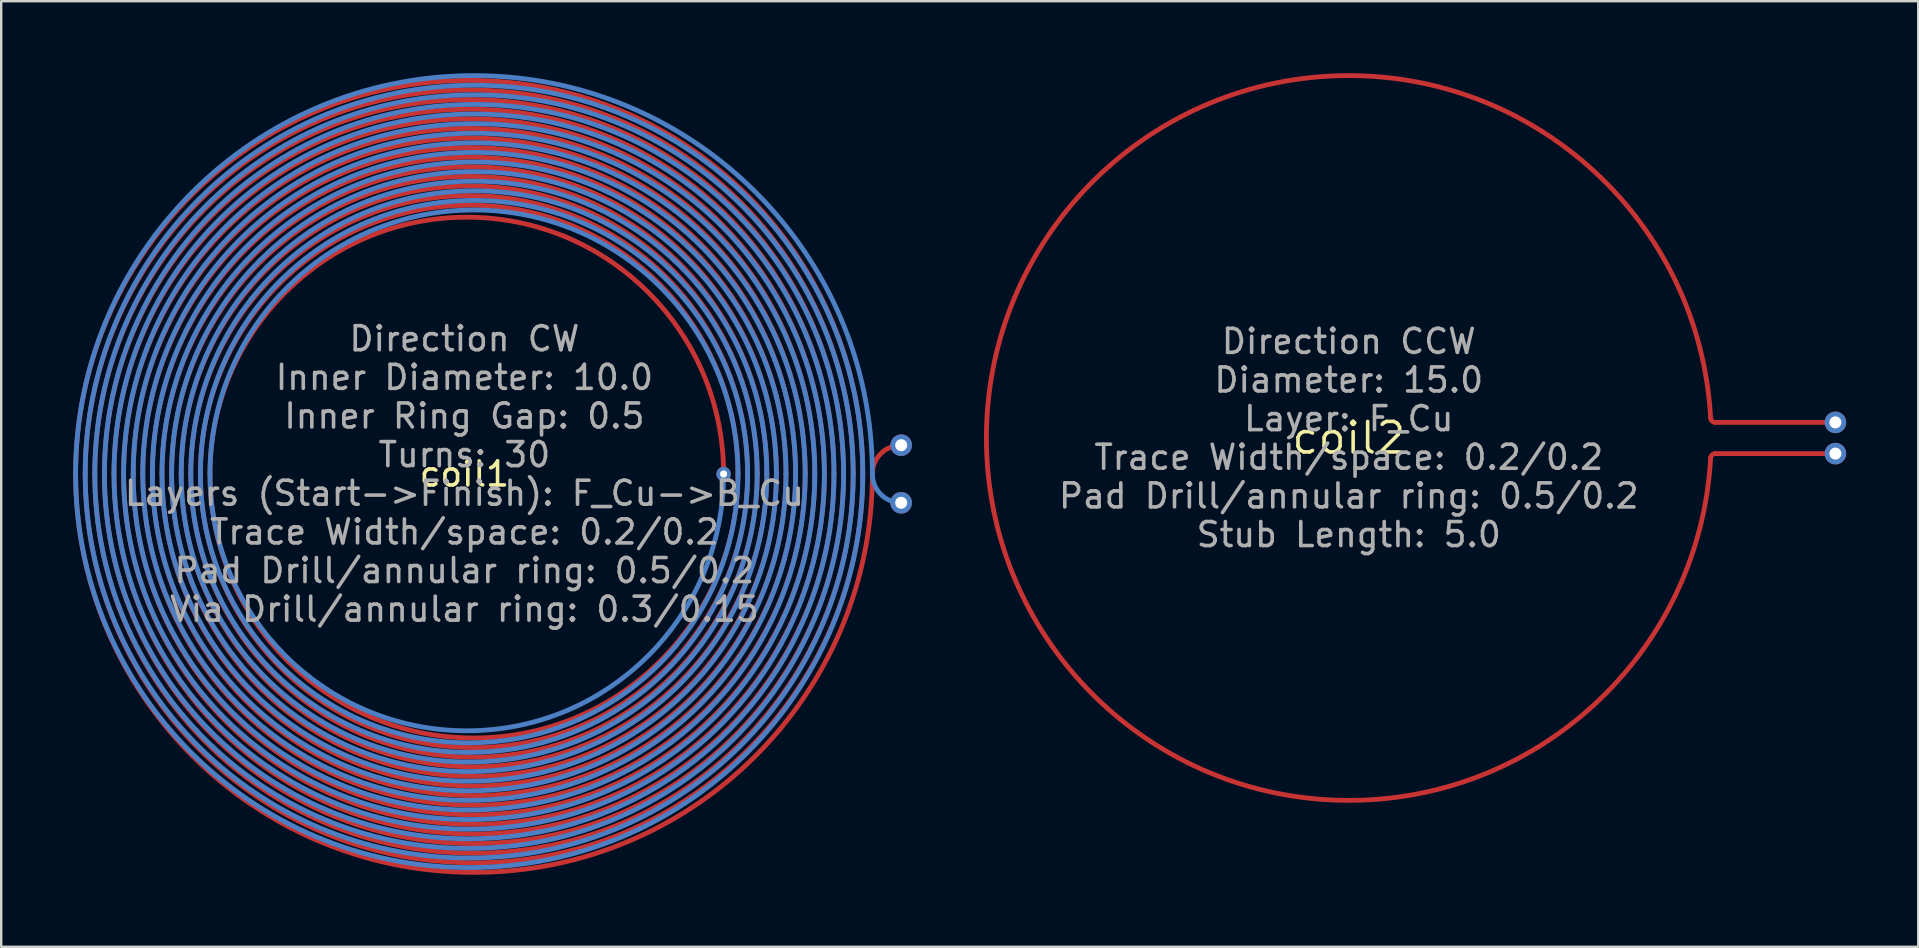
<source format=kicad_pcb>
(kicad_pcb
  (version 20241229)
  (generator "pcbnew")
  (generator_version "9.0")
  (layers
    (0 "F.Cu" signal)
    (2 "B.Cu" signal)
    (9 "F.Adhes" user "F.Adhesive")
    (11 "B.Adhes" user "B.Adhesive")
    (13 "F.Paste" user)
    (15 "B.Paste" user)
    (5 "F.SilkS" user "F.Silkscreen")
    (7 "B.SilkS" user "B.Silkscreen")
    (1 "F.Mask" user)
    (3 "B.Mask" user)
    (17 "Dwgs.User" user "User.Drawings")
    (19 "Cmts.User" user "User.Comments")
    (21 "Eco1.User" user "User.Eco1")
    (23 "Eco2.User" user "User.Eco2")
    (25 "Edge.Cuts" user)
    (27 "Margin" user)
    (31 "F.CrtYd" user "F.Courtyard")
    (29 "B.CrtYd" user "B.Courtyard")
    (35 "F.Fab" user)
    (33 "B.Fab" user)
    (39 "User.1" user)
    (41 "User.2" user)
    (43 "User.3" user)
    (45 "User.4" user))
  (footprint "coil2"
    (layer "F.Cu")
    (at 53.15 15.2)
    (property "Reference" "coil2" (at 0 0 0) (unlocked yes) (layer "F.SilkS") (effects (font (size 1.27 1.27) (thickness 0.15))))
    (fp_line (start 15.276 -0.65) (end 20.276 -0.65) (stroke (width 0.2) (type default)) (layer "F.Cu"))
    (fp_line (start 15.276 0.65) (end 20.276 0.65) (stroke (width 0.2) (type default)) (layer "F.Cu"))
    (fp_arc (start 15.076679 0.838888) (mid 15.138934 0.704703) (end 15.276371 0.65) (stroke (width 0.2) (type default)) (layer "F.Cu"))
    (fp_arc (start 15.076679 0.83889) (mid -15.1 -0.000001) (end 15.076679 -0.838888) (stroke (width 0.2) (type default)) (layer "F.Cu"))
    (fp_arc (start 15.276371 -0.65) (mid 15.138934 -0.704703) (end 15.076679 -0.838888) (stroke (width 0.2) (type default)) (layer "F.Cu"))
    (fp_text user "Direction CCW\nDiameter: 15.0\nLayer: F_Cu\nTrace Width/space: 0.2/0.2\nPad Drill/annular ring: 0.5/0.2\nStub Length: 5.0" (at 0 0 0) (layer "F.Fab") (effects (font (size 1 1) (thickness 0.15))))
    (pad "1" thru_hole circle (at 20.276 -0.65) (size 0.9 0.9) (drill 0.5) (layers "*.Cu"))
    (pad "2" thru_hole circle (at 20.276 0.65) (size 0.9 0.9) (drill 0.5) (layers "*.Cu")))
  (footprint "coil1"
    (layer "F.Cu")
    (at 16.3 16.7)
    (property "Reference" "coil1" (at 0 0 0) (unlocked yes) (layer "F.SilkS") (effects (font (size 1 1) (thickness 0.15))))
    (fp_arc (start -16.2 0) (mid 0.2 -16.4) (end 16.6 0) (stroke (width 0.2) (type default)) (layer "F.Cu"))
    (fp_arc (start -15.8 0) (mid 0.2 -16) (end 16.2 0) (stroke (width 0.2) (type default)) (layer "F.Cu"))
    (fp_arc (start -15.4 0) (mid 0.2 -15.6) (end 15.8 0) (stroke (width 0.2) (type default)) (layer "F.Cu"))
    (fp_arc (start -15 0) (mid 0.2 -15.2) (end 15.4 0) (stroke (width 0.2) (type default)) (layer "F.Cu"))
    (fp_arc (start -14.6 0) (mid 0.2 -14.8) (end 15 0) (stroke (width 0.2) (type default)) (layer "F.Cu"))
    (fp_arc (start -14.2 0) (mid 0.2 -14.4) (end 14.6 0) (stroke (width 0.2) (type default)) (layer "F.Cu"))
    (fp_arc (start -13.8 0) (mid 0.2 -14) (end 14.2 0) (stroke (width 0.2) (type default)) (layer "F.Cu"))
    (fp_arc (start -13.4 0) (mid 0.2 -13.6) (end 13.8 0) (stroke (width 0.2) (type default)) (layer "F.Cu"))
    (fp_arc (start -13 0) (mid 0.2 -13.2) (end 13.4 0) (stroke (width 0.2) (type default)) (layer "F.Cu"))
    (fp_arc (start -12.6 0) (mid 0.2 -12.8) (end 13 0) (stroke (width 0.2) (type default)) (layer "F.Cu"))
    (fp_arc (start -12.2 0) (mid 0.2 -12.4) (end 12.6 0) (stroke (width 0.2) (type default)) (layer "F.Cu"))
    (fp_arc (start -11.8 0) (mid 0.2 -12) (end 12.2 0) (stroke (width 0.2) (type default)) (layer "F.Cu"))
    (fp_arc (start -11.4 0) (mid 0.2 -11.6) (end 11.8 0) (stroke (width 0.2) (type default)) (layer "F.Cu"))
    (fp_arc (start -11 0) (mid 0.2 -11.2) (end 11.4 0) (stroke (width 0.2) (type default)) (layer "F.Cu"))
    (fp_arc (start -10.6 0) (mid 0.1 -10.7) (end 10.8 0) (stroke (width 0.2) (type default)) (layer "F.Cu"))
    (fp_arc (start 11.4 0) (mid 0.4 11) (end -10.6 0) (stroke (width 0.2) (type default)) (layer "F.Cu"))
    (fp_arc (start 11.8 0) (mid 0.4 11.4) (end -11 0) (stroke (width 0.2) (type default)) (layer "F.Cu"))
    (fp_arc (start 12.2 0) (mid 0.4 11.8) (end -11.4 0) (stroke (width 0.2) (type default)) (layer "F.Cu"))
    (fp_arc (start 12.6 0) (mid 0.4 12.2) (end -11.8 0) (stroke (width 0.2) (type default)) (layer "F.Cu"))
    (fp_arc (start 13 0) (mid 0.4 12.6) (end -12.2 0) (stroke (width 0.2) (type default)) (layer "F.Cu"))
    (fp_arc (start 13.4 0) (mid 0.4 13) (end -12.6 0) (stroke (width 0.2) (type default)) (layer "F.Cu"))
    (fp_arc (start 13.8 0) (mid 0.4 13.4) (end -13 0) (stroke (width 0.2) (type default)) (layer "F.Cu"))
    (fp_arc (start 14.2 0) (mid 0.4 13.8) (end -13.4 0) (stroke (width 0.2) (type default)) (layer "F.Cu"))
    (fp_arc (start 14.6 0) (mid 0.4 14.2) (end -13.8 0) (stroke (width 0.2) (type default)) (layer "F.Cu"))
    (fp_arc (start 15 0) (mid 0.4 14.6) (end -14.2 0) (stroke (width 0.2) (type default)) (layer "F.Cu"))
    (fp_arc (start 15.4 0) (mid 0.4 15) (end -14.6 0) (stroke (width 0.2) (type default)) (layer "F.Cu"))
    (fp_arc (start 15.8 0) (mid 0.4 15.4) (end -15 0) (stroke (width 0.2) (type default)) (layer "F.Cu"))
    (fp_arc (start 16.2 0) (mid 0.4 15.8) (end -15.4 0) (stroke (width 0.2) (type default)) (layer "F.Cu"))
    (fp_arc (start 16.6 0) (mid 0.4 16.2) (end -15.8 0) (stroke (width 0.2) (type default)) (layer "F.Cu"))
    (fp_arc (start 17 0) (mid 0.4 16.6) (end -16.2 0) (stroke (width 0.2) (type default)) (layer "F.Cu"))
    (fp_arc (start 17 0) (mid 17.351472 -0.848528) (end 18.2 -1.2) (stroke (width 0.2) (type default)) (layer "F.Cu"))
    (fp_arc (start -16.2 0) (mid 0.4 -16.6) (end 17 0) (stroke (width 0.2) (type default)) (layer "B.Cu"))
    (fp_arc (start -15.8 0) (mid 0.4 -16.2) (end 16.6 0) (stroke (width 0.2) (type default)) (layer "B.Cu"))
    (fp_arc (start -15.4 0) (mid 0.4 -15.8) (end 16.2 0) (stroke (width 0.2) (type default)) (layer "B.Cu"))
    (fp_arc (start -15 0) (mid 0.4 -15.4) (end 15.8 0) (stroke (width 0.2) (type default)) (layer "B.Cu"))
    (fp_arc (start -14.6 0) (mid 0.4 -15) (end 15.4 0) (stroke (width 0.2) (type default)) (layer "B.Cu"))
    (fp_arc (start -14.2 0) (mid 0.4 -14.6) (end 15 0) (stroke (width 0.2) (type default)) (layer "B.Cu"))
    (fp_arc (start -13.8 0) (mid 0.4 -14.2) (end 14.6 0) (stroke (width 0.2) (type default)) (layer "B.Cu"))
    (fp_arc (start -13.4 0) (mid 0.4 -13.8) (end 14.2 0) (stroke (width 0.2) (type default)) (layer "B.Cu"))
    (fp_arc (start -13 0) (mid 0.4 -13.4) (end 13.8 0) (stroke (width 0.2) (type default)) (layer "B.Cu"))
    (fp_arc (start -12.6 0) (mid 0.4 -13) (end 13.4 0) (stroke (width 0.2) (type default)) (layer "B.Cu"))
    (fp_arc (start -12.2 0) (mid 0.4 -12.6) (end 13 0) (stroke (width 0.2) (type default)) (layer "B.Cu"))
    (fp_arc (start -11.8 0) (mid 0.4 -12.2) (end 12.6 0) (stroke (width 0.2) (type default)) (layer "B.Cu"))
    (fp_arc (start -11.4 0) (mid 0.4 -11.8) (end 12.2 0) (stroke (width 0.2) (type default)) (layer "B.Cu"))
    (fp_arc (start -11 0) (mid 0.4 -11.4) (end 11.8 0) (stroke (width 0.2) (type default)) (layer "B.Cu"))
    (fp_arc (start -10.6 0) (mid 0.4 -11) (end 11.4 0) (stroke (width 0.2) (type default)) (layer "B.Cu"))
    (fp_arc (start 10.8 0) (mid 0.1 10.7) (end -10.6 0) (stroke (width 0.2) (type default)) (layer "B.Cu"))
    (fp_arc (start 11.4 0) (mid 0.2 11.2) (end -11 0) (stroke (width 0.2) (type default)) (layer "B.Cu"))
    (fp_arc (start 11.8 0) (mid 0.2 11.6) (end -11.4 0) (stroke (width 0.2) (type default)) (layer "B.Cu"))
    (fp_arc (start 12.2 0) (mid 0.2 12) (end -11.8 0) (stroke (width 0.2) (type default)) (layer "B.Cu"))
    (fp_arc (start 12.6 0) (mid 0.2 12.4) (end -12.2 0) (stroke (width 0.2) (type default)) (layer "B.Cu"))
    (fp_arc (start 13 0) (mid 0.2 12.8) (end -12.6 0) (stroke (width 0.2) (type default)) (layer "B.Cu"))
    (fp_arc (start 13.4 0) (mid 0.2 13.2) (end -13 0) (stroke (width 0.2) (type default)) (layer "B.Cu"))
    (fp_arc (start 13.8 0) (mid 0.2 13.6) (end -13.4 0) (stroke (width 0.2) (type default)) (layer "B.Cu"))
    (fp_arc (start 14.2 0) (mid 0.2 14) (end -13.8 0) (stroke (width 0.2) (type default)) (layer "B.Cu"))
    (fp_arc (start 14.6 0) (mid 0.2 14.4) (end -14.2 0) (stroke (width 0.2) (type default)) (layer "B.Cu"))
    (fp_arc (start 15 0) (mid 0.2 14.8) (end -14.6 0) (stroke (width 0.2) (type default)) (layer "B.Cu"))
    (fp_arc (start 15.4 0) (mid 0.2 15.2) (end -15 0) (stroke (width 0.2) (type default)) (layer "B.Cu"))
    (fp_arc (start 15.8 0) (mid 0.2 15.6) (end -15.4 0) (stroke (width 0.2) (type default)) (layer "B.Cu"))
    (fp_arc (start 16.2 0) (mid 0.2 16) (end -15.8 0) (stroke (width 0.2) (type default)) (layer "B.Cu"))
    (fp_arc (start 16.6 0) (mid 0.2 16.4) (end -16.2 0) (stroke (width 0.2) (type default)) (layer "B.Cu"))
    (fp_arc (start 18.2 1.2) (mid 17.351472 0.848528) (end 17 0) (stroke (width 0.2) (type default)) (layer "B.Cu"))
    (fp_circle (center 0 0) (end 0 10) (stroke (width 0.15) (type default)) (fill no) (layer "User.1"))
    (fp_text user "Direction CW\nInner Diameter: 10.0\nInner Ring Gap: 0.5\nTurns: 30\nLayers (Start->Finish): F_Cu->B_Cu\nTrace Width/space: 0.2/0.2\nPad Drill/annular ring: 0.5/0.2\nVia Drill/annular ring: 0.3/0.15" (at 0 0 0) (layer "F.Fab") (effects (font (size 1 1) (thickness 0.15))))
    (pad "1" thru_hole circle (at 18.2 -1.2) (size 0.9 0.9) (drill 0.5) (layers "*.Cu"))
    (pad "2" thru_hole circle (at 18.2 1.2) (size 0.9 0.9) (drill 0.5) (layers "*.Cu"))
    (pad "3" thru_hole circle (at 10.8 0) (size 0.6 0.6) (drill 0.3) (layers "*.Cu")))
  (gr_rect
    (start -3 -3)
    (end 76.876 36.4)
    (stroke (width 0.1) (type default))
    (fill no)
    (layer "Edge.Cuts")))
</source>
